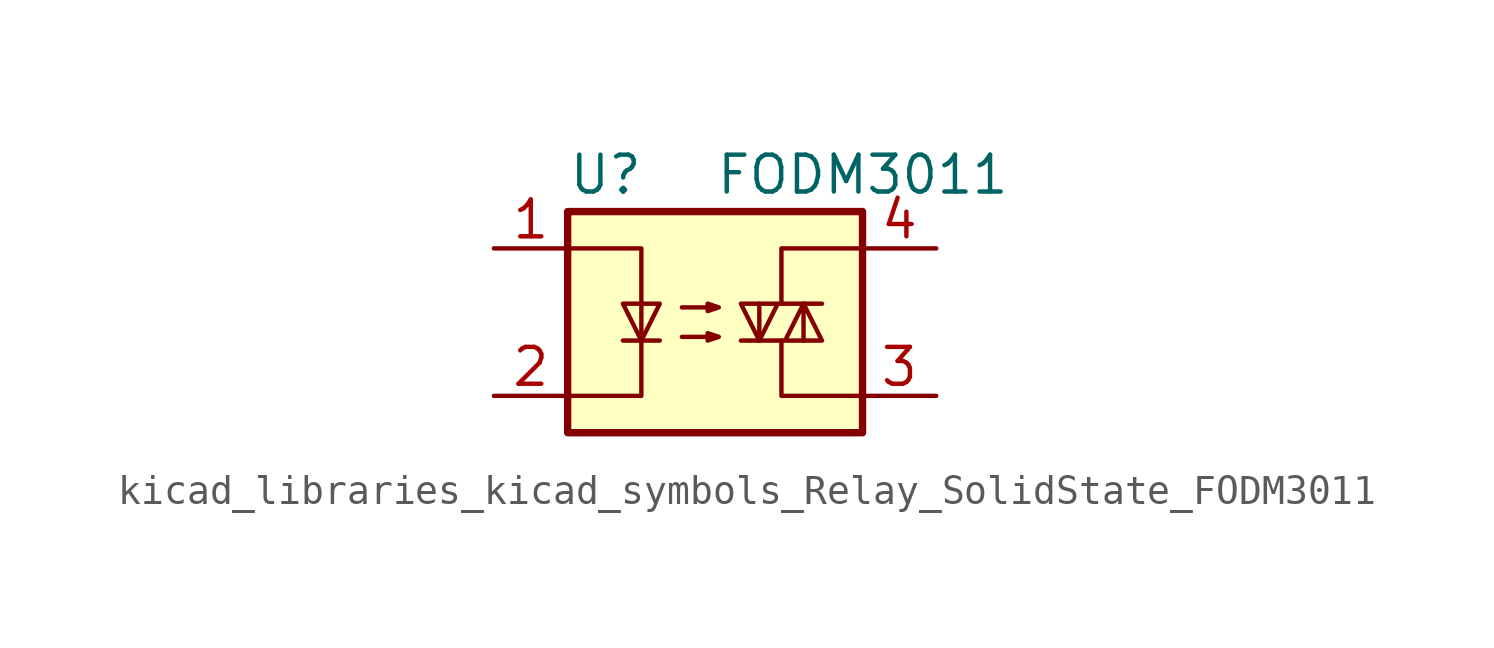
<source format=kicad_sym>
(kicad_symbol_lib
  (version 20220914)
  (generator kicad_symbol_editor)
  (symbol "kicad_libraries_kicad_symbols_Relay_SolidState_FODM3011"
    (property "Reference" "U"
      (at -5.08 5.08 0)
      (effects (font (size 1.27 1.27)) (justify left)))
    (property "Value" "FODM3011"
      (at 0 5.08 0)
      (effects (font (size 1.27 1.27)) (justify left)))
    (symbol "kicad_libraries_kicad_symbols_Relay_SolidState_FODM3011_0_1"
      (rectangle (start -5.08 3.81) (end 5.08 -3.81) (stroke (width 0.254) (type default)) (fill (type background)))
      (polyline (pts (xy -3.175 -0.635) (xy -1.905 -0.635)) (stroke (width 0) (type default)) (fill (type none)))
      (polyline (pts (xy 1.524 -0.635) (xy 1.524 0.635)) (stroke (width 0) (type default)) (fill (type none)))
      (polyline (pts (xy 3.048 0.635) (xy 3.048 -0.635)) (stroke (width 0) (type default)) (fill (type none)))
      (polyline (pts (xy 2.286 -0.635) (xy 2.286 -2.54) (xy 5.08 -2.54)) (stroke (width 0) (type default)) (fill (type none)))
      (polyline (pts (xy 2.286 0.635) (xy 2.286 2.54) (xy 5.08 2.54)) (stroke (width 0) (type default)) (fill (type none)))
      (polyline (pts (xy -5.08 2.54) (xy -2.54 2.54) (xy -2.54 -2.54) (xy -5.08 -2.54)) (stroke (width 0) (type default)) (fill (type none)))
      (polyline (pts (xy -2.54 -0.635) (xy -3.175 0.635) (xy -1.905 0.635) (xy -2.54 -0.635)) (stroke (width 0) (type default)) (fill (type none)))
      (polyline (pts (xy 0.889 -0.635) (xy 3.683 -0.635) (xy 3.048 0.635) (xy 2.413 -0.635)) (stroke (width 0) (type default)) (fill (type none)))
      (polyline (pts (xy 3.683 0.635) (xy 0.889 0.635) (xy 1.524 -0.635) (xy 2.159 0.635)) (stroke (width 0) (type default)) (fill (type none)))
      (polyline (pts (xy -1.143 -0.508) (xy 0.127 -0.508) (xy -0.254 -0.635) (xy -0.254 -0.381) (xy 0.127 -0.508)) (stroke (width 0) (type default)) (fill (type none)))
      (polyline (pts (xy -1.143 0.508) (xy 0.127 0.508) (xy -0.254 0.381) (xy -0.254 0.635) (xy 0.127 0.508)) (stroke (width 0) (type default)) (fill (type none))))
    (symbol "kicad_libraries_kicad_symbols_Relay_SolidState_FODM3011_1_1"
      (pin passive line (at -7.62 2.54 0) (length 2.54) (name "~" (effects (font (size 1.27 1.27)))) (number "1" (effects (font (size 1.27 1.27)))))
      (pin passive line (at -7.62 -2.54 0) (length 2.54) (name "~" (effects (font (size 1.27 1.27)))) (number "2" (effects (font (size 1.27 1.27)))))
      (pin passive line (at 7.62 -2.54 180) (length 2.54) (name "~" (effects (font (size 1.27 1.27)))) (number "3" (effects (font (size 1.27 1.27)))))
      (pin passive line (at 7.62 2.54 180) (length 2.54) (name "~" (effects (font (size 1.27 1.27)))) (number "4" (effects (font (size 1.27 1.27))))))))
</source>
